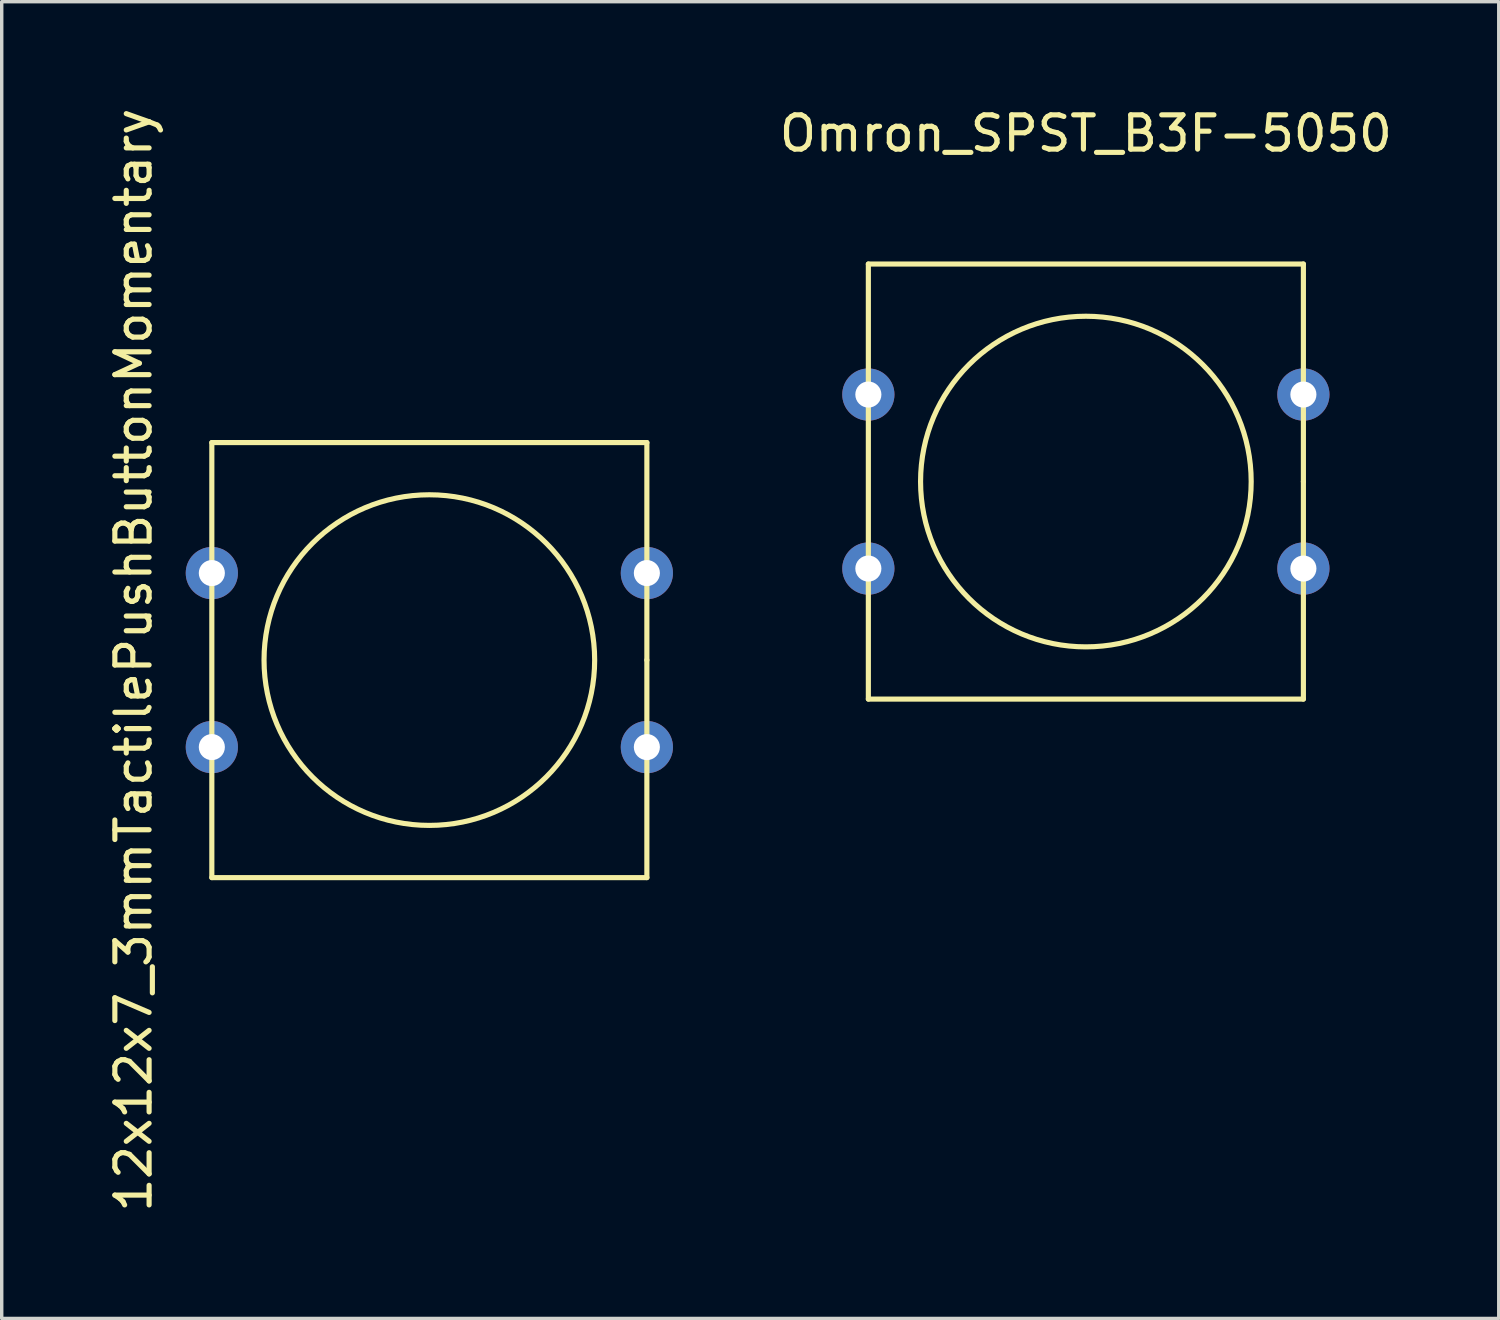
<source format=kicad_pcb>
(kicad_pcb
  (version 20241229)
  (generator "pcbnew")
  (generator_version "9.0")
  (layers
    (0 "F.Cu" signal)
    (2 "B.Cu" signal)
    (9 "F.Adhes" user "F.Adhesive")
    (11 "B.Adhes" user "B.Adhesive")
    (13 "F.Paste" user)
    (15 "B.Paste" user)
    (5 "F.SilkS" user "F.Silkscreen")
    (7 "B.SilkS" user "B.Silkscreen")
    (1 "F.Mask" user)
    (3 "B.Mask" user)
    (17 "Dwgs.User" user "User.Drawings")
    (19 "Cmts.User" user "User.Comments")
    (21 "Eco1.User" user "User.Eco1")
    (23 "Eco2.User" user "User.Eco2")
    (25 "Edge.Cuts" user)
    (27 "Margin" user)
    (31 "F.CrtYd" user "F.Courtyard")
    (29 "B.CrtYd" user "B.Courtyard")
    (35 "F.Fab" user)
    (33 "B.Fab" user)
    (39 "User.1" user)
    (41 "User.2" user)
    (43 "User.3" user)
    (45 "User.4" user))
  (footprint "12x12x7_3mmTactilePushButtonMomentary"
    (layer "F.Cu")
    (at 9.484 16.22)
    (property "Reference" "12x12x7_3mmTactilePushButtonMomentary" (at -8.636 0 90) (layer "F.SilkS") (effects (font (size 1 1) (thickness 0.15))))
    (attr through_hole)
    (fp_line (start -6.35 -6.35) (end 6.35 -6.35) (stroke (width 0.15) (type solid)) (layer "F.SilkS"))
    (fp_line (start -6.35 6.35) (end -6.35 -6.35) (stroke (width 0.15) (type solid)) (layer "F.SilkS"))
    (fp_line (start 6.35 -6.35) (end 6.35 0) (stroke (width 0.15) (type solid)) (layer "F.SilkS"))
    (fp_line (start 6.35 0) (end 6.35 6.35) (stroke (width 0.15) (type solid)) (layer "F.SilkS"))
    (fp_line (start 6.35 6.35) (end -6.35 6.35) (stroke (width 0.15) (type solid)) (layer "F.SilkS"))
    (fp_circle (center 0 0) (end 0 4.826) (stroke (width 0.15) (type solid)) (fill no) (layer "F.SilkS"))
    (pad "1" thru_hole circle (at 6.35 2.54) (size 1.524 1.524) (drill 0.762) (layers "*.Cu" "*.Mask"))
    (pad "2" thru_hole circle (at -6.35 2.54) (size 1.524 1.524) (drill 0.762) (layers "*.Cu" "*.Mask"))
    (pad "3" thru_hole circle (at 6.35 -2.54) (size 1.524 1.524) (drill 0.762) (layers "*.Cu" "*.Mask"))
    (pad "4" thru_hole circle (at -6.35 -2.54) (size 1.524 1.524) (drill 0.762) (layers "*.Cu" "*.Mask")))
  (footprint "Omron_SPST_B3F-5050"
    (layer "F.Cu")
    (at 28.65 11.008)
    (property "Reference" "Omron_SPST_B3F-5050" (at 0 -10.16 0) (layer "F.SilkS") (effects (font (size 1 1) (thickness 0.15))))
    (attr through_hole)
    (fp_line (start -6.35 -6.35) (end 6.35 -6.35) (stroke (width 0.15) (type solid)) (layer "F.SilkS"))
    (fp_line (start -6.35 6.35) (end -6.35 -6.35) (stroke (width 0.15) (type solid)) (layer "F.SilkS"))
    (fp_line (start 6.35 -6.35) (end 6.35 0) (stroke (width 0.15) (type solid)) (layer "F.SilkS"))
    (fp_line (start 6.35 0) (end 6.35 6.35) (stroke (width 0.15) (type solid)) (layer "F.SilkS"))
    (fp_line (start 6.35 6.35) (end -6.35 6.35) (stroke (width 0.15) (type solid)) (layer "F.SilkS"))
    (fp_circle (center 0 0) (end 0 4.826) (stroke (width 0.15) (type solid)) (fill no) (layer "F.SilkS"))
    (pad "1" thru_hole circle (at 6.35 2.54) (size 1.524 1.524) (drill 0.762) (layers "*.Cu" "*.Mask"))
    (pad "2" thru_hole circle (at -6.35 2.54) (size 1.524 1.524) (drill 0.762) (layers "*.Cu" "*.Mask"))
    (pad "3" thru_hole circle (at 6.35 -2.54) (size 1.524 1.524) (drill 0.762) (layers "*.Cu" "*.Mask"))
    (pad "4" thru_hole circle (at -6.35 -2.54) (size 1.524 1.524) (drill 0.762) (layers "*.Cu" "*.Mask")))
  (gr_rect
    (start -3 -3)
    (end 40.703 35.44)
    (stroke (width 0.1) (type default))
    (fill no)
    (layer "Edge.Cuts")))
</source>
